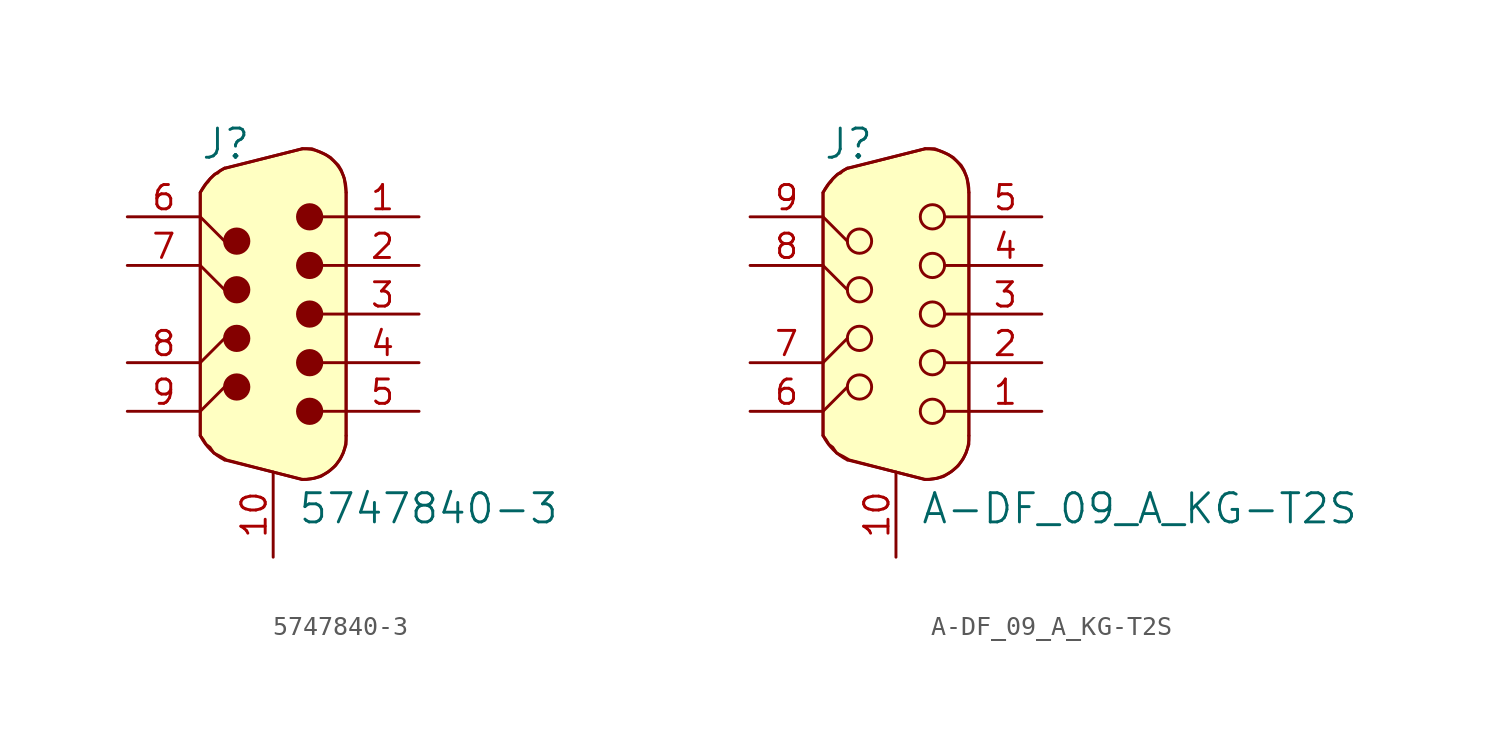
<source format=kicad_sym>
(kicad_symbol_lib
  (version 20201005)
  (generator kicad_symbol_editor)
  (symbol "5747840-3"
    (pin_names
      (offset 1.016))
    (property "Reference" "J"
      (at -3.81 8.89 0)
      (effects (font (size 1.524 1.524)) (justify left)))
    (property "Value" "5747840-3"
      (at 1.27 -10.16 0)
      (effects (font (size 1.524 1.524)) (justify left)))
    (symbol "5747840-3_0_1"
      (circle (center -1.905 -3.81) (radius 0.635) (stroke (width 0)) (fill (type outline)))
      (circle (center -1.905 -1.27) (radius 0.635) (stroke (width 0)) (fill (type outline)))
      (circle (center -1.905 1.27) (radius 0.635) (stroke (width 0)) (fill (type outline)))
      (circle (center -1.905 3.81) (radius 0.635) (stroke (width 0)) (fill (type outline)))
      (circle (center 1.905 -5.08) (radius 0.635) (stroke (width 0)) (fill (type outline)))
      (circle (center 1.905 -2.54) (radius 0.635) (stroke (width 0)) (fill (type outline)))
      (circle (center 1.905 0) (radius 0.635) (stroke (width 0)) (fill (type outline)))
      (circle (center 1.905 2.54) (radius 0.635) (stroke (width 0)) (fill (type outline)))
      (circle (center 1.905 5.08) (radius 0.635) (stroke (width 0)) (fill (type outline)))
      (polyline (pts (xy -3.81 -5.08) (xy -2.54 -3.81)) (stroke (width 0)) (fill (type none)))
      (polyline (pts (xy -3.81 -2.54) (xy -2.54 -1.27)) (stroke (width 0)) (fill (type none)))
      (polyline (pts (xy -3.81 2.54) (xy -2.54 1.27)) (stroke (width 0)) (fill (type none)))
      (polyline (pts (xy -3.81 5.08) (xy -2.54 3.81)) (stroke (width 0)) (fill (type none)))
      (polyline (pts (xy 3.81 -5.08) (xy 2.54 -5.08)) (stroke (width 0)) (fill (type none)))
      (polyline (pts (xy 3.81 -2.54) (xy 2.54 -2.54)) (stroke (width 0)) (fill (type none)))
      (polyline (pts (xy 3.81 0) (xy 2.54 0)) (stroke (width 0)) (fill (type none)))
      (polyline (pts (xy 3.81 2.54) (xy 2.54 2.54)) (stroke (width 0)) (fill (type none)))
      (polyline (pts (xy 3.81 5.08) (xy 2.54 5.08)) (stroke (width 0)) (fill (type none))))
    (symbol "5747840-3_1_1"
      (arc (start -3.81 -6.35) (end -2.54 -7.62) (radius (at -1.27 -5.08) (length 2.8448) (angles -153.4 -116.6)) (stroke (width 0)) (fill (type none)))
      (arc (start -2.54 7.62) (end -3.81 6.35) (radius (at -1.27 5.08) (length 2.8448) (angles 116.6 153.4)) (stroke (width 0)) (fill (type none)))
      (arc (start 1.524 8.636) (end 3.81 6.35) (radius (at 1.6256 6.477) (length 2.159) (angles 92.7 -3.3)) (stroke (width 0)) (fill (type none)))
      (arc (start 3.81 -6.35) (end 1.524 -8.636) (radius (at 1.651 -6.4516) (length 2.159) (angles 2.7 -93.3)) (stroke (width 0)) (fill (type none)))
      (polyline (pts (xy -3.81 6.35) (xy -3.81 -6.35)) (stroke (width 0)) (fill (type background)))
      (polyline (pts (xy -2.54 7.62) (xy 1.524 8.636)) (stroke (width 0)) (fill (type background)))
      (polyline (pts (xy 1.524 -8.636) (xy -2.54 -7.62)) (stroke (width 0)) (fill (type background)))
      (polyline (pts (xy 3.81 6.35) (xy 3.81 -6.35)) (stroke (width 0)) (fill (type background)))
      (polyline (pts (xy -2.54 7.62) (xy -2.794 7.468) (xy -2.896 7.366) (xy -3.048 7.315) (xy -3.2 7.163) (xy -3.302 7.061) (xy -3.404 6.909) (xy -3.505 6.807) (xy -3.607 6.655) (xy -3.708 6.502) (xy -3.81 6.35) (xy -3.81 -6.35) (xy -3.658 -6.553) (xy -3.505 -6.807) (xy -3.302 -6.96) (xy -3.099 -7.264) (xy -2.794 -7.417) (xy -2.438 -7.62) (xy 1.473 -8.636) (xy 1.727 -8.636) (xy 2.134 -8.585) (xy 2.489 -8.484) (xy 2.896 -8.23) (xy 3.251 -7.925) (xy 3.505 -7.569) (xy 3.658 -7.264) (xy 3.81 -6.807) (xy 3.81 -6.35) (xy 3.81 6.35) (xy 3.759 6.756) (xy 3.708 7.112) (xy 3.556 7.518) (xy 3.404 7.772) (xy 3.2 7.976) (xy 2.997 8.179) (xy 2.743 8.331) (xy 2.388 8.484) (xy 2.032 8.636) (xy 1.778 8.636) (xy 1.524 8.636) (xy -2.489 7.62)) (stroke (width 0)) (fill (type background)))
      (pin passive line (at 7.62 5.08 180) (length 3.81) (name "~" (effects (font (size 1.27 1.27)))) (number "1" (effects (font (size 1.27 1.27)))))
      (pin passive line (at 7.62 2.54 180) (length 3.81) (name "~" (effects (font (size 1.27 1.27)))) (number "2" (effects (font (size 1.27 1.27)))))
      (pin passive line (at 7.62 0 180) (length 3.81) (name "~" (effects (font (size 1.27 1.27)))) (number "3" (effects (font (size 1.27 1.27)))))
      (pin passive line (at 7.62 -2.54 180) (length 3.81) (name "~" (effects (font (size 1.27 1.27)))) (number "4" (effects (font (size 1.27 1.27)))))
      (pin passive line (at 7.62 -5.08 180) (length 3.81) (name "~" (effects (font (size 1.27 1.27)))) (number "5" (effects (font (size 1.27 1.27)))))
      (pin passive line (at -7.62 5.08 0) (length 3.81) (name "~" (effects (font (size 1.27 1.27)))) (number "6" (effects (font (size 1.27 1.27)))))
      (pin passive line (at -7.62 2.54 0) (length 3.81) (name "~" (effects (font (size 1.27 1.27)))) (number "7" (effects (font (size 1.27 1.27)))))
      (pin passive line (at -7.62 -2.54 0) (length 3.81) (name "~" (effects (font (size 1.27 1.27)))) (number "8" (effects (font (size 1.27 1.27)))))
      (pin passive line (at -7.62 -5.08 0) (length 3.81) (name "~" (effects (font (size 1.27 1.27)))) (number "9" (effects (font (size 1.27 1.27)))))
      (pin passive line (at 0 -12.7 90) (length 4.445) (name "~" (effects (font (size 1.27 1.27)))) (number "10" (effects (font (size 1.27 1.27)))))))
  (symbol "A-DF_09_A_KG-T2S"
    (pin_names
      (offset 1.016))
    (property "Reference" "J"
      (at -3.81 8.89 0)
      (effects (font (size 1.524 1.524)) (justify left)))
    (property "Value" "A-DF_09_A_KG-T2S"
      (at 1.27 -10.16 0)
      (effects (font (size 1.524 1.524)) (justify left)))
    (symbol "A-DF_09_A_KG-T2S_0_1"
      (circle (center -1.905 -3.81) (radius 0.635) (stroke (width 0)) (fill (type none)))
      (circle (center -1.905 -1.27) (radius 0.635) (stroke (width 0)) (fill (type none)))
      (circle (center -1.905 1.27) (radius 0.635) (stroke (width 0)) (fill (type none)))
      (circle (center -1.905 3.81) (radius 0.635) (stroke (width 0)) (fill (type none)))
      (circle (center 1.905 -5.08) (radius 0.635) (stroke (width 0)) (fill (type none)))
      (circle (center 1.905 -2.54) (radius 0.635) (stroke (width 0)) (fill (type none)))
      (circle (center 1.905 0) (radius 0.635) (stroke (width 0)) (fill (type none)))
      (circle (center 1.905 2.54) (radius 0.635) (stroke (width 0)) (fill (type none)))
      (circle (center 1.905 5.08) (radius 0.635) (stroke (width 0)) (fill (type none)))
      (polyline (pts (xy -3.81 -5.08) (xy -2.54 -3.81)) (stroke (width 0)) (fill (type none)))
      (polyline (pts (xy -3.81 -2.54) (xy -2.54 -1.27)) (stroke (width 0)) (fill (type none)))
      (polyline (pts (xy -3.81 2.54) (xy -2.54 1.27)) (stroke (width 0)) (fill (type none)))
      (polyline (pts (xy -3.81 5.08) (xy -2.54 3.81)) (stroke (width 0)) (fill (type none)))
      (polyline (pts (xy 3.81 -5.08) (xy 2.54 -5.08)) (stroke (width 0)) (fill (type none)))
      (polyline (pts (xy 3.81 -2.54) (xy 2.54 -2.54)) (stroke (width 0)) (fill (type none)))
      (polyline (pts (xy 3.81 0) (xy 2.54 0)) (stroke (width 0)) (fill (type none)))
      (polyline (pts (xy 3.81 2.54) (xy 2.54 2.54)) (stroke (width 0)) (fill (type none)))
      (polyline (pts (xy 3.81 5.08) (xy 2.54 5.08)) (stroke (width 0)) (fill (type none))))
    (symbol "A-DF_09_A_KG-T2S_1_1"
      (arc (start -3.81 -6.35) (end -2.54 -7.62) (radius (at -1.27 -5.08) (length 2.8448) (angles -153.4 -116.6)) (stroke (width 0)) (fill (type none)))
      (arc (start -2.54 7.62) (end -3.81 6.35) (radius (at -1.27 5.08) (length 2.8448) (angles 116.6 153.4)) (stroke (width 0)) (fill (type none)))
      (arc (start 1.524 8.636) (end 3.81 6.35) (radius (at 1.6256 6.477) (length 2.159) (angles 92.7 -3.3)) (stroke (width 0)) (fill (type none)))
      (arc (start 3.81 -6.35) (end 1.524 -8.636) (radius (at 1.651 -6.4516) (length 2.159) (angles 2.7 -93.3)) (stroke (width 0)) (fill (type none)))
      (polyline (pts (xy -3.81 6.35) (xy -3.81 -6.35)) (stroke (width 0)) (fill (type background)))
      (polyline (pts (xy -2.54 7.62) (xy 1.524 8.636)) (stroke (width 0)) (fill (type background)))
      (polyline (pts (xy 1.524 -8.636) (xy -2.54 -7.62)) (stroke (width 0)) (fill (type background)))
      (polyline (pts (xy 3.81 6.35) (xy 3.81 -6.35)) (stroke (width 0)) (fill (type background)))
      (polyline (pts (xy -2.54 7.62) (xy -2.794 7.468) (xy -2.896 7.366) (xy -3.048 7.315) (xy -3.2 7.163) (xy -3.302 7.061) (xy -3.404 6.909) (xy -3.505 6.807) (xy -3.607 6.655) (xy -3.708 6.502) (xy -3.81 6.35) (xy -3.81 -6.35) (xy -3.658 -6.553) (xy -3.505 -6.807) (xy -3.302 -6.96) (xy -3.099 -7.264) (xy -2.794 -7.417) (xy -2.438 -7.62) (xy 1.473 -8.636) (xy 1.727 -8.636) (xy 2.134 -8.585) (xy 2.489 -8.484) (xy 2.896 -8.23) (xy 3.251 -7.925) (xy 3.505 -7.569) (xy 3.658 -7.264) (xy 3.81 -6.807) (xy 3.81 -6.35) (xy 3.81 6.35) (xy 3.759 6.756) (xy 3.708 7.112) (xy 3.556 7.518) (xy 3.404 7.772) (xy 3.2 7.976) (xy 2.997 8.179) (xy 2.743 8.331) (xy 2.388 8.484) (xy 2.032 8.636) (xy 1.778 8.636) (xy 1.524 8.636) (xy -2.489 7.62)) (stroke (width 0)) (fill (type background)))
      (pin passive line (at 7.62 -5.08 180) (length 3.81) (name "~" (effects (font (size 1.27 1.27)))) (number "1" (effects (font (size 1.27 1.27)))))
      (pin passive line (at 7.62 -2.54 180) (length 3.81) (name "~" (effects (font (size 1.27 1.27)))) (number "2" (effects (font (size 1.27 1.27)))))
      (pin passive line (at 7.62 0 180) (length 3.81) (name "~" (effects (font (size 1.27 1.27)))) (number "3" (effects (font (size 1.27 1.27)))))
      (pin passive line (at 7.62 2.54 180) (length 3.81) (name "~" (effects (font (size 1.27 1.27)))) (number "4" (effects (font (size 1.27 1.27)))))
      (pin passive line (at 7.62 5.08 180) (length 3.81) (name "~" (effects (font (size 1.27 1.27)))) (number "5" (effects (font (size 1.27 1.27)))))
      (pin passive line (at -7.62 -5.08 0) (length 3.81) (name "~" (effects (font (size 1.27 1.27)))) (number "6" (effects (font (size 1.27 1.27)))))
      (pin passive line (at -7.62 -2.54 0) (length 3.81) (name "~" (effects (font (size 1.27 1.27)))) (number "7" (effects (font (size 1.27 1.27)))))
      (pin passive line (at -7.62 2.54 0) (length 3.81) (name "~" (effects (font (size 1.27 1.27)))) (number "8" (effects (font (size 1.27 1.27)))))
      (pin passive line (at -7.62 5.08 0) (length 3.81) (name "~" (effects (font (size 1.27 1.27)))) (number "9" (effects (font (size 1.27 1.27)))))
      (pin passive line (at 0 -12.7 90) (length 4.445) (name "~" (effects (font (size 1.27 1.27)))) (number "10" (effects (font (size 1.27 1.27))))))))
</source>
